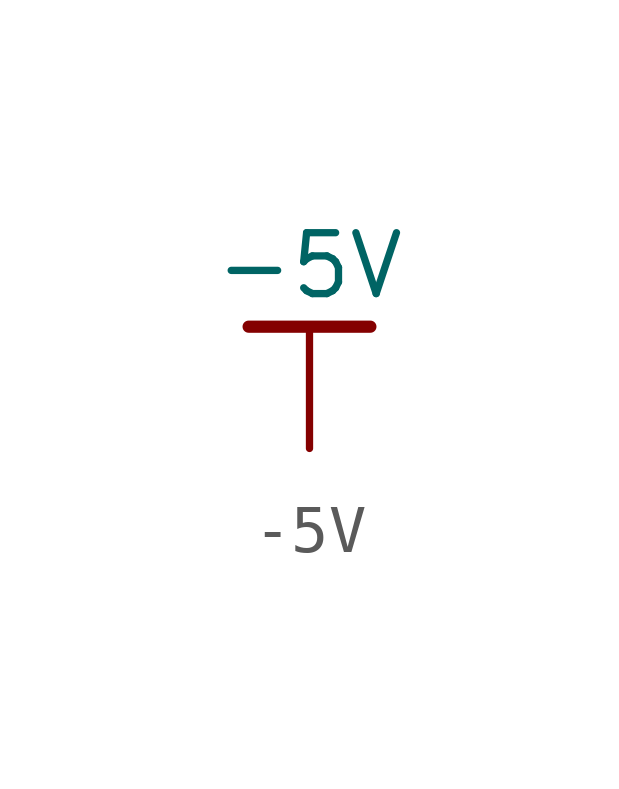
<source format=kicad_sym>
(kicad_symbol_lib
  (version 20210619)
  (generator kicad_symbol_editor)
  (symbol "KLIB_Power:-5V"
    (power)
    (pin_names
      (offset 0))
    (property "Reference" "#PWR"
      (at 0 -7.62 0)
      (effects (font (size 1.27 1.27)) hide))
    (property "Value" "-5V"
      (at 0 3.81 0)
      (effects (font (size 1.27 1.27))))
    (symbol "-5V_0_1"
      (polyline (pts (xy -1.27 2.54) (xy 1.27 2.54)) (stroke (width 0.254)) (fill (type none)))
      (polyline (pts (xy 0 0) (xy 0 2.54)) (stroke (width 0)) (fill (type none))))
    (symbol "-5V_1_1"
      (pin power_in line (at 0 0 90) (length 0) hide (name "-5V" (effects (font (size 1.27 1.27)))) (number "1" (effects (font (size 1.27 1.27))))))))
</source>
